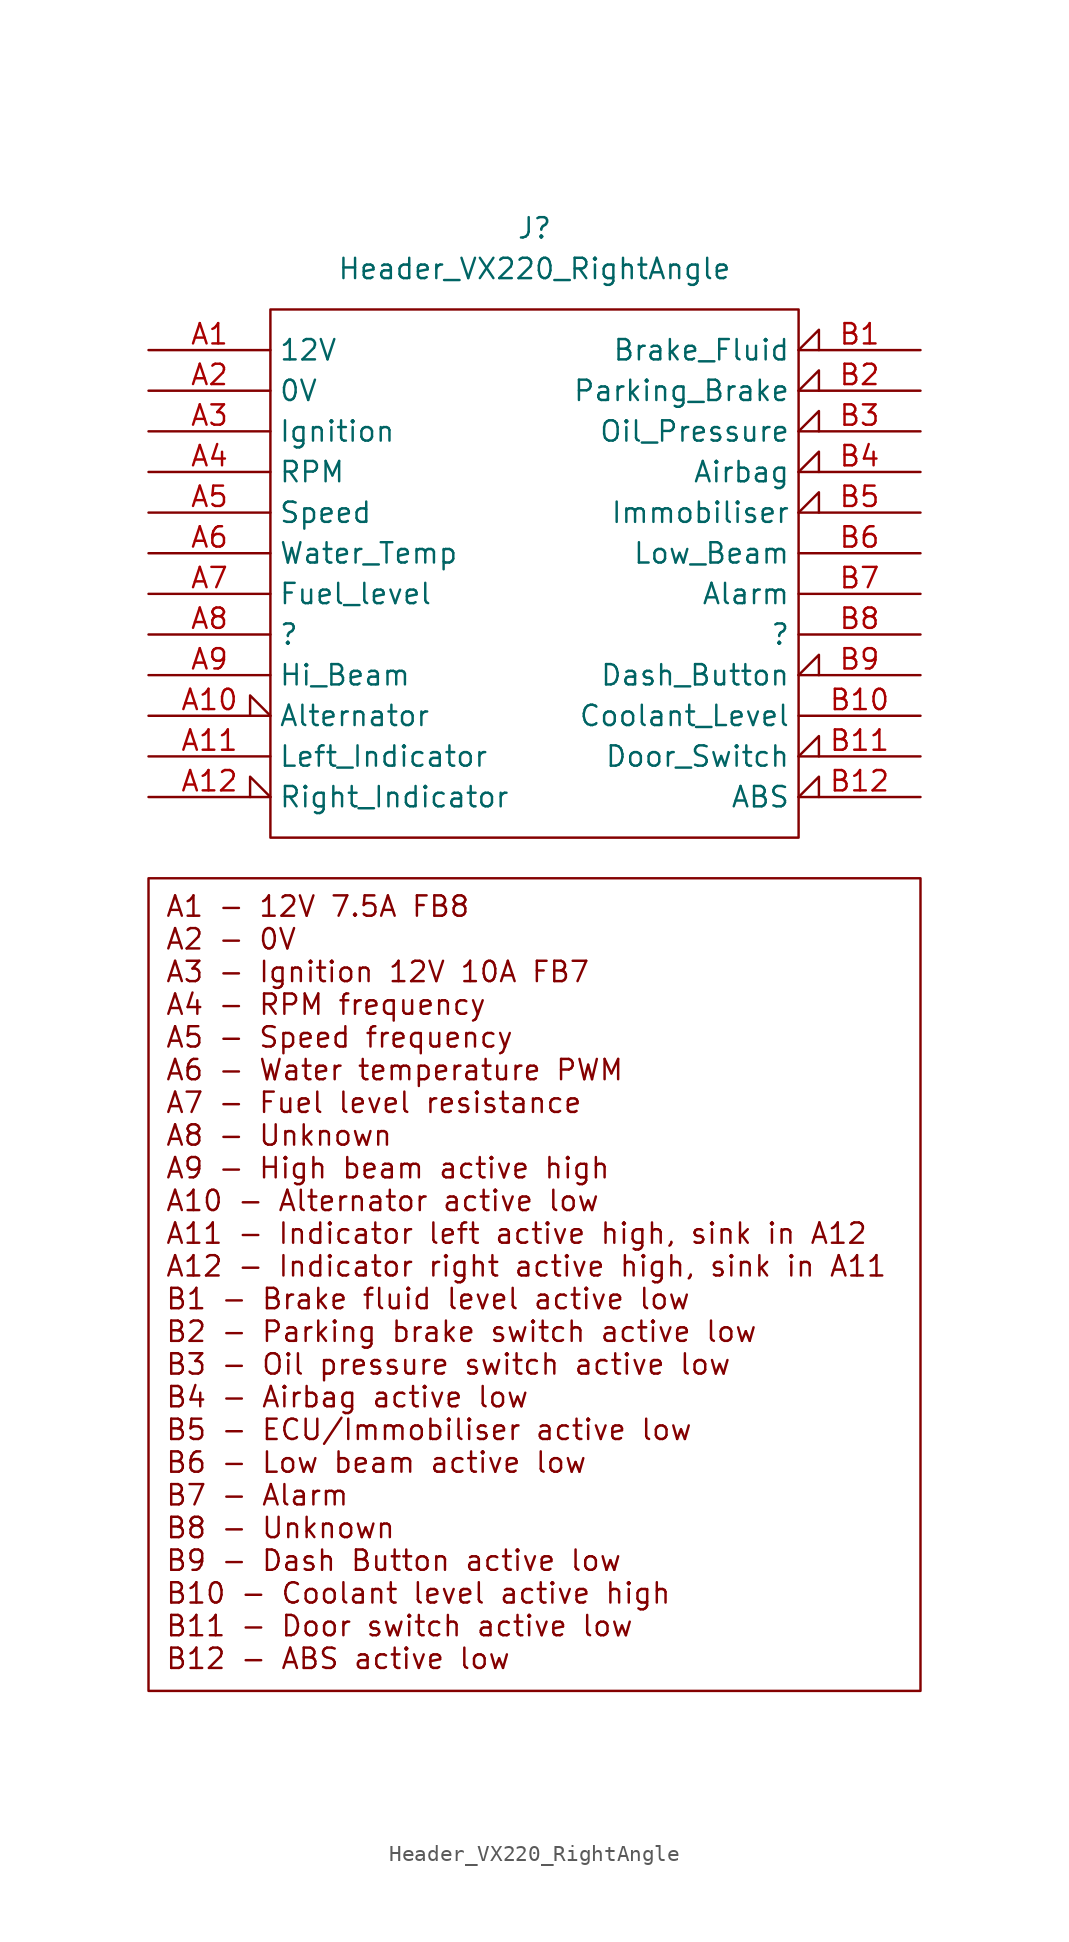
<source format=kicad_sym>
(kicad_symbol_lib
  (version 20241209)
  (generator "kicad_symbol_editor")
  (generator_version "9.0")
  (symbol "Header_VX220_RightAngle"
    (property "Reference" "J"
      (at 0 3.81 0)
      (effects (font (size 1.27 1.27))))
    (property "Value" "Header_VX220_RightAngle"
      (at 0 1.27 0)
      (effects (font (size 1.27 1.27))))
    (symbol "Header_VX220_RightAngle_0_1"
      (rectangle (start -16.51 -1.27) (end 16.51 -34.29) (stroke (width 0) (type default)) (fill (type none))))
    (symbol "Header_VX220_RightAngle_1_0"
      (pin power_in line (at -24.13 -6.35 0) (length 7.62) (name "0V" (effects (font (size 1.27 1.27)))) (number "A2" (effects (font (size 1.27 1.27)))))
      (pin power_in line (at -24.13 -8.89 0) (length 7.62) (name "Ignition" (effects (font (size 1.27 1.27)))) (number "A3" (effects (font (size 1.27 1.27)))))
      (pin input line (at -24.13 -11.43 0) (length 7.62) (name "RPM" (effects (font (size 1.27 1.27)))) (number "A4" (effects (font (size 1.27 1.27)))))
      (pin input line (at -24.13 -13.97 0) (length 7.62) (name "Speed" (effects (font (size 1.27 1.27)))) (number "A5" (effects (font (size 1.27 1.27)))))
      (pin input line (at -24.13 -16.51 0) (length 7.62) (name "Water_Temp" (effects (font (size 1.27 1.27)))) (number "A6" (effects (font (size 1.27 1.27)))))
      (pin input line (at -24.13 -19.05 0) (length 7.62) (name "Fuel_level" (effects (font (size 1.27 1.27)))) (number "A7" (effects (font (size 1.27 1.27)))))
      (pin unspecified line (at -24.13 -21.59 0) (length 7.62) (name "?" (effects (font (size 1.27 1.27)))) (number "A8" (effects (font (size 1.27 1.27)))))
      (pin input line (at -24.13 -24.13 0) (length 7.62) (name "Hi_Beam" (effects (font (size 1.27 1.27)))) (number "A9" (effects (font (size 1.27 1.27)))))
      (pin input input_low (at -24.13 -26.67 0) (length 7.62) (name "Alternator" (effects (font (size 1.27 1.27)))) (number "A10" (effects (font (size 1.27 1.27)))))
      (pin input line (at -24.13 -29.21 0) (length 7.62) (name "Left_Indicator" (effects (font (size 1.27 1.27)))) (number "A11" (effects (font (size 1.27 1.27)))))
      (pin input input_low (at -24.13 -31.75 0) (length 7.62) (name "Right_Indicator" (effects (font (size 1.27 1.27)))) (number "A12" (effects (font (size 1.27 1.27)))))
      (pin input input_low (at 24.13 -3.81 180) (length 7.62) (name "Brake_Fluid" (effects (font (size 1.27 1.27)))) (number "B1" (effects (font (size 1.27 1.27)))))
      (pin input input_low (at 24.13 -6.35 180) (length 7.62) (name "Parking_Brake" (effects (font (size 1.27 1.27)))) (number "B2" (effects (font (size 1.27 1.27)))))
      (pin input input_low (at 24.13 -8.89 180) (length 7.62) (name "Oil_Pressure" (effects (font (size 1.27 1.27)))) (number "B3" (effects (font (size 1.27 1.27)))))
      (pin input input_low (at 24.13 -11.43 180) (length 7.62) (name "Airbag" (effects (font (size 1.27 1.27)))) (number "B4" (effects (font (size 1.27 1.27)))))
      (pin input input_low (at 24.13 -13.97 180) (length 7.62) (name "Immobiliser" (effects (font (size 1.27 1.27)))) (number "B5" (effects (font (size 1.27 1.27)))))
      (pin power_in line (at 24.13 -16.51 180) (length 7.62) (name "Low_Beam" (effects (font (size 1.27 1.27)))) (number "B6" (effects (font (size 1.27 1.27)))))
      (pin input line (at 24.13 -19.05 180) (length 7.62) (name "Alarm" (effects (font (size 1.27 1.27)))) (number "B7" (effects (font (size 1.27 1.27)))))
      (pin unspecified line (at 24.13 -21.59 180) (length 7.62) (name "?" (effects (font (size 1.27 1.27)))) (number "B8" (effects (font (size 1.27 1.27)))))
      (pin input input_low (at 24.13 -24.13 180) (length 7.62) (name "Dash_Button" (effects (font (size 1.27 1.27)))) (number "B9" (effects (font (size 1.27 1.27)))))
      (pin input line (at 24.13 -26.67 180) (length 7.62) (name "Coolant_Level" (effects (font (size 1.27 1.27)))) (number "B10" (effects (font (size 1.27 1.27)))))
      (pin input input_low (at 24.13 -29.21 180) (length 7.62) (name "Door_Switch" (effects (font (size 1.27 1.27)))) (number "B11" (effects (font (size 1.27 1.27)))))
      (pin input input_low (at 24.13 -31.75 180) (length 7.62) (name "ABS" (effects (font (size 1.27 1.27)))) (number "B12" (effects (font (size 1.27 1.27))))))
    (symbol "Header_VX220_RightAngle_1_1"
      (text_box "A1 - 12V 7.5A FB8\nA2 - 0V\nA3 - Ignition 12V 10A FB7\nA4 - RPM frequency\nA5 - Speed frequency\nA6 - Water temperature PWM\nA7 - Fuel level resistance\nA8 - Unknown\nA9 - High beam active high\nA10 - Alternator active low\nA11 - Indicator left active high, sink in A12\nA12 - Indicator right active high, sink in A11\nB1 - Brake fluid level active low\nB2 - Parking brake switch active low\nB3 - Oil pressure switch active low\nB4 - Airbag active low\nB5 - ECU/Immobiliser active low\nB6 - Low beam active low\nB7 - Alarm\nB8 - Unknown\nB9 - Dash Button active low\nB10 - Coolant level active high\nB11 - Door switch active low\nB12 - ABS active low\n\n" (at -24.13 -36.83 0) (size 48.26 -50.8) (margins 1.016 1.016 1.016 1.016) (stroke (width 0) (type solid)) (fill (type none)) (effects (font (size 1.27 1.27)) (justify left top)))
      (pin power_in line (at -24.13 -3.81 0) (length 7.62) (name "12V" (effects (font (size 1.27 1.27)))) (number "A1" (effects (font (size 1.27 1.27))))))))
</source>
